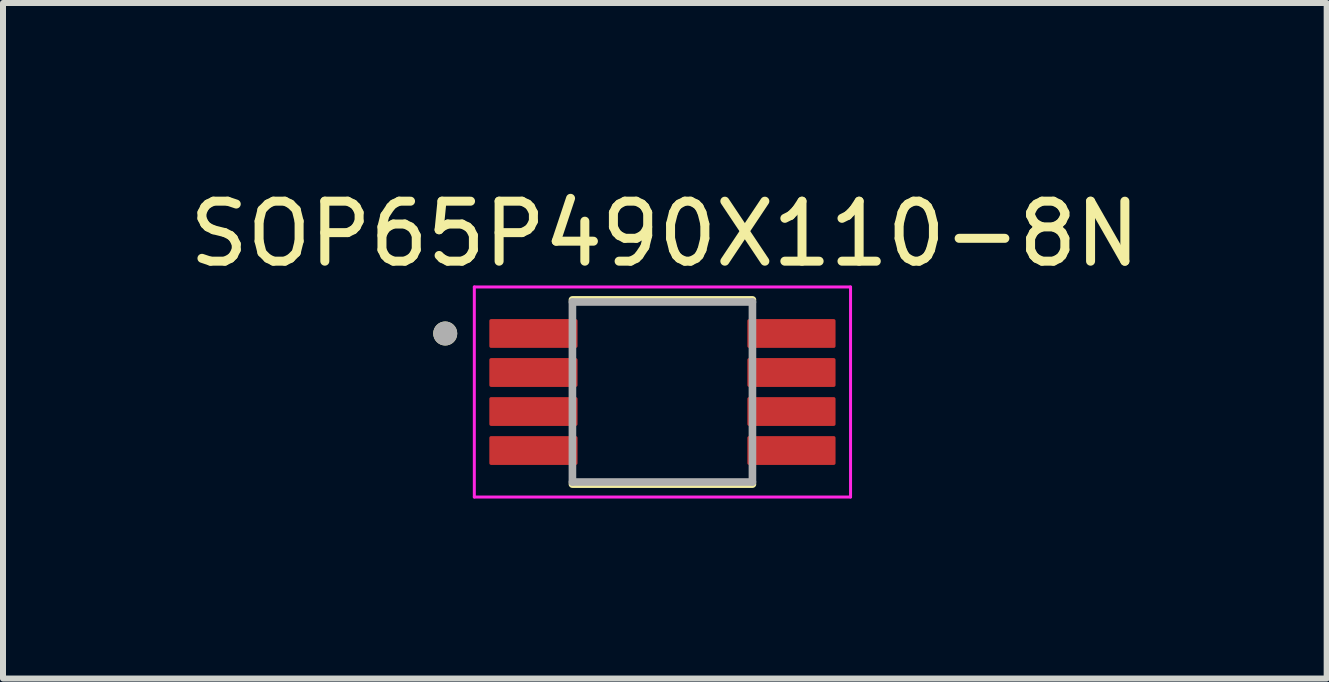
<source format=kicad_pcb>
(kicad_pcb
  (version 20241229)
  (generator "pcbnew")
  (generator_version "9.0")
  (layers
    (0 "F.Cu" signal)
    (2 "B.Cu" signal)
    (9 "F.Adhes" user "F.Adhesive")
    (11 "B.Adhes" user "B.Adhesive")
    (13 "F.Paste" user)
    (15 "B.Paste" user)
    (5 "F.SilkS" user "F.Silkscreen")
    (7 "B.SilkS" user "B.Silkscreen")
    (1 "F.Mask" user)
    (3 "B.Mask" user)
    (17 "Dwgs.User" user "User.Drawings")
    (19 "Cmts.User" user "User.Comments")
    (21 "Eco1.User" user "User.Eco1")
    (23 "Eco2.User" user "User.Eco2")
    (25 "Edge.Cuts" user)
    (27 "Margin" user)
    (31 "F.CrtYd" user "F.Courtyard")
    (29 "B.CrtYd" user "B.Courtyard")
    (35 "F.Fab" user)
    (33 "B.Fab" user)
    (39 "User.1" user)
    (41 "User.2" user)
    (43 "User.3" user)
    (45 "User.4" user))
  (footprint "SOP65P490X110-8N"
    (layer "F.Cu")
    (at 7.99 3.483)
    (property "Reference" "SOP65P490X110-8N" (at 0.04 -2.635 0) (layer "F.SilkS") (effects (font (size 1 1) (thickness 0.15))))
    (attr through_hole)
    (fp_poly (pts (xy -2.935 -1.265) (xy -1.365 -1.265) (xy -1.365 -0.685) (xy -2.935 -0.685)) (stroke (width 0.01) (type solid)) (fill yes) (layer "F.Mask"))
    (fp_poly (pts (xy -2.935 -0.615) (xy -1.365 -0.615) (xy -1.365 -0.035) (xy -2.935 -0.035)) (stroke (width 0.01) (type solid)) (fill yes) (layer "F.Mask"))
    (fp_poly (pts (xy -2.935 0.035) (xy -1.365 0.035) (xy -1.365 0.615) (xy -2.935 0.615)) (stroke (width 0.01) (type solid)) (fill yes) (layer "F.Mask"))
    (fp_poly (pts (xy -2.935 0.685) (xy -1.365 0.685) (xy -1.365 1.265) (xy -2.935 1.265)) (stroke (width 0.01) (type solid)) (fill yes) (layer "F.Mask"))
    (fp_poly (pts (xy 1.365 -1.265) (xy 2.935 -1.265) (xy 2.935 -0.685) (xy 1.365 -0.685)) (stroke (width 0.01) (type solid)) (fill yes) (layer "F.Mask"))
    (fp_poly (pts (xy 1.365 -0.615) (xy 2.935 -0.615) (xy 2.935 -0.035) (xy 1.365 -0.035)) (stroke (width 0.01) (type solid)) (fill yes) (layer "F.Mask"))
    (fp_poly (pts (xy 1.365 0.035) (xy 2.935 0.035) (xy 2.935 0.615) (xy 1.365 0.615)) (stroke (width 0.01) (type solid)) (fill yes) (layer "F.Mask"))
    (fp_poly (pts (xy 1.365 0.685) (xy 2.935 0.685) (xy 2.935 1.265) (xy 1.365 1.265)) (stroke (width 0.01) (type solid)) (fill yes) (layer "F.Mask"))
    (fp_line (start -1.5 -1.535) (end 1.5 -1.535) (stroke (width 0.127) (type solid)) (layer "F.SilkS"))
    (fp_line (start -1.5 1.535) (end 1.5 1.535) (stroke (width 0.127) (type solid)) (layer "F.SilkS"))
    (fp_circle (center -3.62 -0.975) (end -3.52 -0.975) (stroke (width 0.2) (type solid)) (fill no) (layer "F.SilkS"))
    (fp_line (start -3.135 -1.75) (end -3.135 1.75) (stroke (width 0.05) (type solid)) (layer "F.CrtYd"))
    (fp_line (start -3.135 -1.75) (end 3.135 -1.75) (stroke (width 0.05) (type solid)) (layer "F.CrtYd"))
    (fp_line (start -3.135 1.75) (end 3.135 1.75) (stroke (width 0.05) (type solid)) (layer "F.CrtYd"))
    (fp_line (start 3.135 -1.75) (end 3.135 1.75) (stroke (width 0.05) (type solid)) (layer "F.CrtYd"))
    (fp_line (start -1.5 -1.5) (end -1.5 1.5) (stroke (width 0.127) (type solid)) (layer "F.Fab"))
    (fp_line (start -1.5 -1.5) (end 1.5 -1.5) (stroke (width 0.127) (type solid)) (layer "F.Fab"))
    (fp_line (start -1.5 1.5) (end 1.5 1.5) (stroke (width 0.127) (type solid)) (layer "F.Fab"))
    (fp_line (start 1.5 -1.5) (end 1.5 1.5) (stroke (width 0.127) (type solid)) (layer "F.Fab"))
    (fp_circle (center -3.62 -0.975) (end -3.52 -0.975) (stroke (width 0.2) (type solid)) (fill no) (layer "F.Fab"))
    (pad "1" smd roundrect (at -2.15 -0.975) (size 1.47 0.48) (layers "F.Cu" "F.Paste") (roundrect_rratio 0.06))
    (pad "2" smd roundrect (at -2.15 -0.325) (size 1.47 0.48) (layers "F.Cu" "F.Paste") (roundrect_rratio 0.06))
    (pad "3" smd roundrect (at -2.15 0.325) (size 1.47 0.48) (layers "F.Cu" "F.Paste") (roundrect_rratio 0.06))
    (pad "4" smd roundrect (at -2.15 0.975) (size 1.47 0.48) (layers "F.Cu" "F.Paste") (roundrect_rratio 0.06))
    (pad "5" smd roundrect (at 2.15 0.975) (size 1.47 0.48) (layers "F.Cu" "F.Paste") (roundrect_rratio 0.06))
    (pad "6" smd roundrect (at 2.15 0.325) (size 1.47 0.48) (layers "F.Cu" "F.Paste") (roundrect_rratio 0.06))
    (pad "7" smd roundrect (at 2.15 -0.325) (size 1.47 0.48) (layers "F.Cu" "F.Paste") (roundrect_rratio 0.06))
    (pad "8" smd roundrect (at 2.15 -0.975) (size 1.47 0.48) (layers "F.Cu" "F.Paste") (roundrect_rratio 0.06)))
  (gr_rect
    (start -3 -3)
    (end 19.06 8.258)
    (stroke (width 0.1) (type default))
    (fill no)
    (layer "Edge.Cuts")))
</source>
